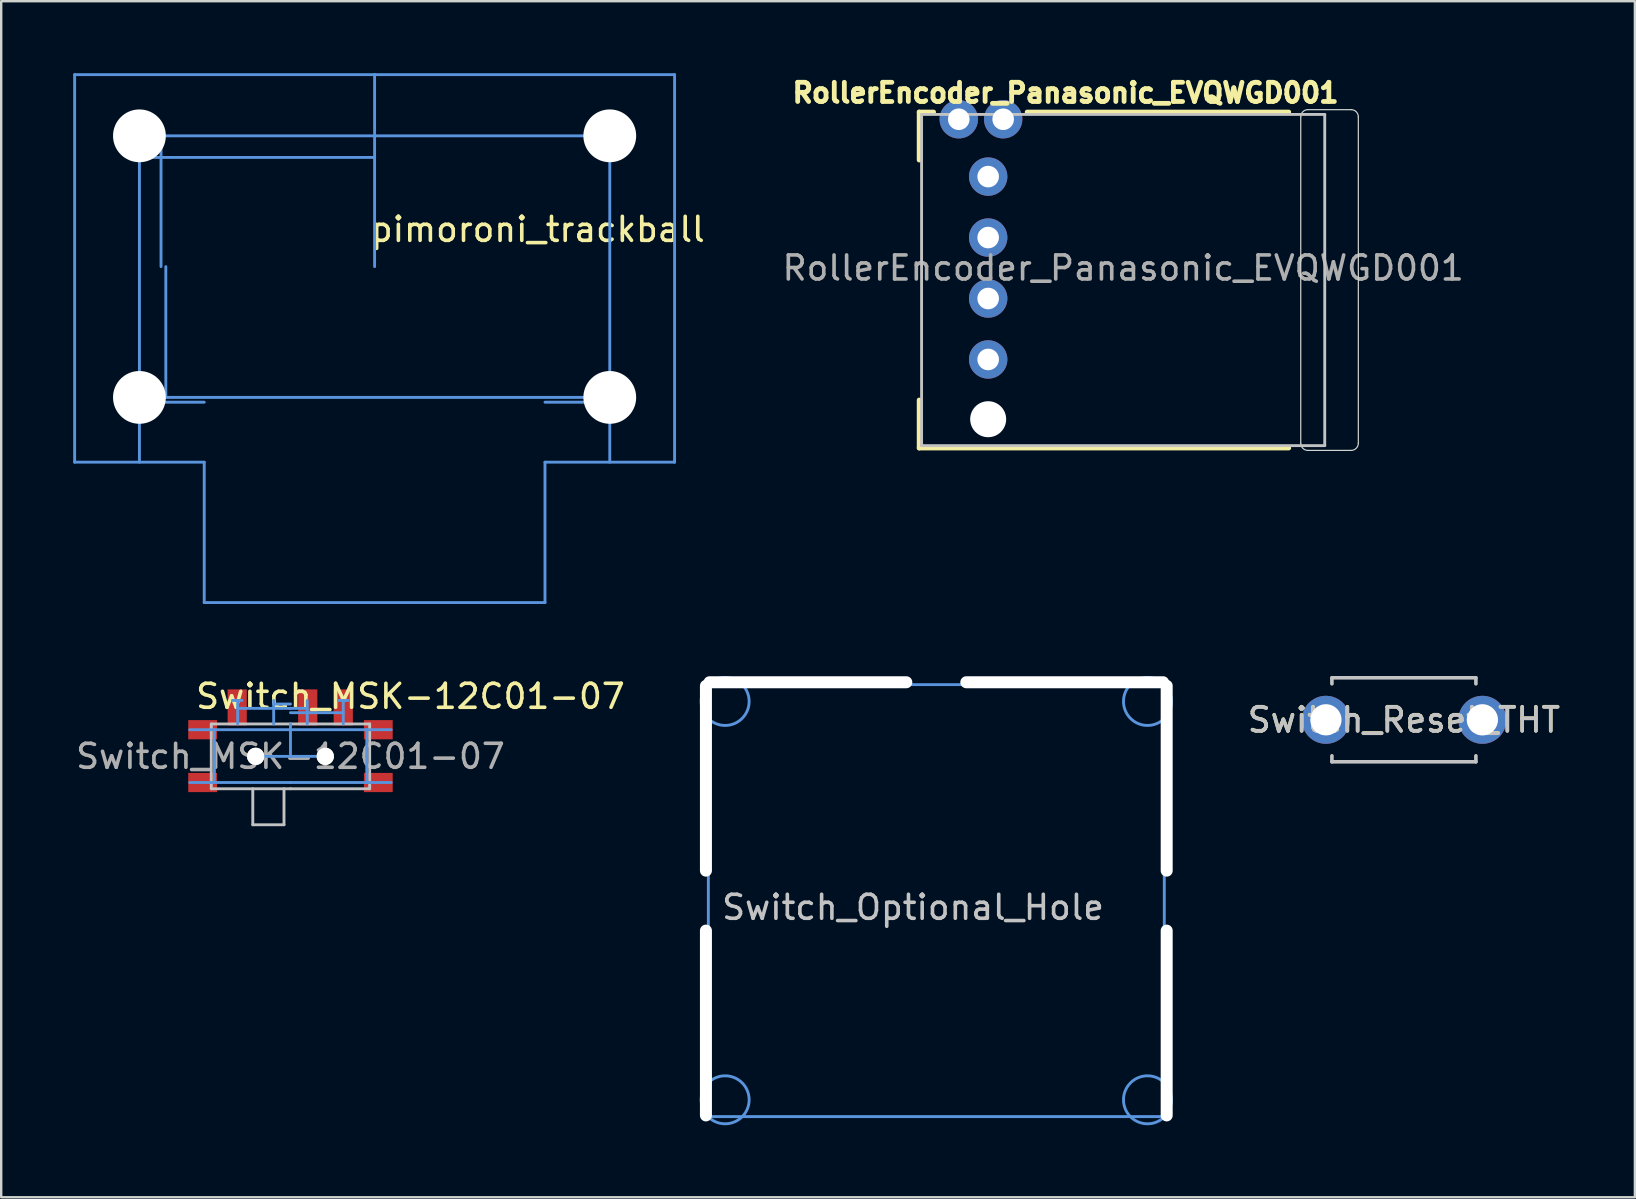
<source format=kicad_pcb>
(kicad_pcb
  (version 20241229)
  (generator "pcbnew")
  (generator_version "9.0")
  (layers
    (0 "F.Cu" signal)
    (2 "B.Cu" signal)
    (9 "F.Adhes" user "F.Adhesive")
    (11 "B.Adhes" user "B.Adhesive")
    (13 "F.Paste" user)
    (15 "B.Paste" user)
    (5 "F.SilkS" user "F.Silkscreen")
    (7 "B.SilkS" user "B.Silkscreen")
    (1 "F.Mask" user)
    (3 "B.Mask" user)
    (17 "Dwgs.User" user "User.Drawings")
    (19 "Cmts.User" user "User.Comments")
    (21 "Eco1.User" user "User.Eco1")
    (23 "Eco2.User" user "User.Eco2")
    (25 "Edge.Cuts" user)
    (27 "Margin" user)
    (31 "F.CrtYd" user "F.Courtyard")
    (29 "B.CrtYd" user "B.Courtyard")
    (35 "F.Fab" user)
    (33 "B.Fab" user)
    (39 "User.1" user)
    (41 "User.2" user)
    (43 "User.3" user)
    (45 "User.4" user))
  (footprint "RollerEncoder_Panasonic_EVQWGD001"
    (layer "F.Cu")
    (at 43.753 8.119)
    (property "Reference" "RollerEncoder_Panasonic_EVQWGD001" (at 0 0 0) (layer "F.Fab") (effects (font (size 1 1) (thickness 0.15))))
    (attr through_hole)
    (fp_line (start -8.5 -6.5) (end -8.5 -4.5) (stroke (width 0.2) (type solid)) (layer "F.SilkS"))
    (fp_line (start -8.5 5.5) (end -8.5 7.5) (stroke (width 0.2) (type solid)) (layer "F.SilkS"))
    (fp_line (start -8.5 7.5) (end 6.9 7.5) (stroke (width 0.2) (type solid)) (layer "F.SilkS"))
    (fp_line (start -7.9 -6.5) (end -8.5 -6.5) (stroke (width 0.2) (type solid)) (layer "F.SilkS"))
    (fp_line (start 6.9 -6.5) (end -4 -6.5) (stroke (width 0.2) (type solid)) (layer "F.SilkS"))
    (fp_line (start -8.4 -6.4) (end 8.4 -6.4) (stroke (width 0.12) (type solid)) (layer "Dwgs.User"))
    (fp_line (start -8.4 7.4) (end -8.4 -6.4) (stroke (width 0.12) (type solid)) (layer "Dwgs.User"))
    (fp_line (start 8.4 -6.4) (end 8.4 7.4) (stroke (width 0.12) (type solid)) (layer "Dwgs.User"))
    (fp_line (start 8.4 7.4) (end -8.4 7.4) (stroke (width 0.12) (type solid)) (layer "Dwgs.User"))
    (fp_line (start 7.4 -6.3) (end 7.4 7.3) (stroke (width 0.05) (type solid)) (layer "Edge.Cuts"))
    (fp_line (start 7.7 7.6) (end 9.5 7.6) (stroke (width 0.05) (type solid)) (layer "Edge.Cuts"))
    (fp_line (start 9.5 -6.6) (end 7.7 -6.6) (stroke (width 0.05) (type solid)) (layer "Edge.Cuts"))
    (fp_line (start 9.8 7.3) (end 9.8 -6.3) (stroke (width 0.05) (type solid)) (layer "Edge.Cuts"))
    (fp_arc (start 7.4 -6.3) (mid 7.487868 -6.512132) (end 7.7 -6.6) (stroke (width 0.05) (type solid)) (layer "Edge.Cuts"))
    (fp_arc (start 7.7 7.6) (mid 7.487868 7.512132) (end 7.4 7.3) (stroke (width 0.05) (type solid)) (layer "Edge.Cuts"))
    (fp_arc (start 9.5 -6.6) (mid 9.712132 -6.512132) (end 9.8 -6.3) (stroke (width 0.05) (type solid)) (layer "Edge.Cuts"))
    (fp_arc (start 9.8 7.3) (mid 9.712132 7.512132) (end 9.5 7.6) (stroke (width 0.05) (type solid)) (layer "Edge.Cuts"))
    (fp_text user "${REFERENCE}" (at -2.4 -7.3 0) (layer "F.SilkS") (effects (font (size 0.8 0.8) (thickness 0.2))))
    (pad "" np_thru_hole circle (at -5.625 6.3) (size 1.5 1.5) (drill 1.5) (layers "*.Cu" "*.Mask"))
    (pad "A" thru_hole circle (at -5.625 -3.81) (size 1.6 1.6) (drill 0.9) (layers "*.Cu" "*.Mask"))
    (pad "B" thru_hole circle (at -5.625 -1.27) (size 1.6 1.6) (drill 0.9) (layers "*.Cu" "*.Mask"))
    (pad "C" thru_hole circle (at -5.625 1.27) (size 1.6 1.6) (drill 0.9) (layers "*.Cu" "*.Mask"))
    (pad "D" thru_hole circle (at -5.625 3.81) (size 1.6 1.6) (drill 0.9) (layers "*.Cu" "*.Mask"))
    (pad "S1" thru_hole circle (at -6.85 -6.2) (size 1.6 1.6) (drill 0.9) (layers "*.Cu" "*.Mask"))
    (pad "S2" thru_hole circle (at -5 -6.2) (size 1.6 1.6) (drill 0.9) (layers "*.Cu" "*.Mask")))
  (footprint "pimoroni_trackball"
    (layer "F.Cu")
    (at 12.56 8.06)
    (property "Reference" "pimoroni_trackball" (at 6.8 -1.55 0) (layer "F.SilkS") (effects (font (size 1 1) (thickness 0.15))))
    (attr through_hole)
    (fp_line (start -12.5 -8) (end -12.5 8.15) (stroke (width 0.12) (type solid)) (layer "Cmts.User"))
    (fp_line (start -12.5 -8) (end 0 -8) (stroke (width 0.12) (type solid)) (layer "Cmts.User"))
    (fp_line (start -12.5 8.15) (end -7.1 8.15) (stroke (width 0.12) (type solid)) (layer "Cmts.User"))
    (fp_line (start -9.8 -5.45) (end 9.8 -5.45) (stroke (width 0.12) (type solid)) (layer "Cmts.User"))
    (fp_line (start -9.8 -4.55) (end 0 -4.55) (stroke (width 0.12) (type solid)) (layer "Cmts.User"))
    (fp_line (start -9.8 5.45) (end -9.8 -5.45) (stroke (width 0.12) (type solid)) (layer "Cmts.User"))
    (fp_line (start -9.8 5.45) (end -9.8 8.15) (stroke (width 0.12) (type solid)) (layer "Cmts.User"))
    (fp_line (start -8.9 -5.45) (end -8.9 0) (stroke (width 0.12) (type solid)) (layer "Cmts.User"))
    (fp_line (start -8.7 0) (end -8.7 5.45) (stroke (width 0.12) (type solid)) (layer "Cmts.User"))
    (fp_line (start -7.1 5.65) (end -9.8 5.65) (stroke (width 0.12) (type solid)) (layer "Cmts.User"))
    (fp_line (start -7.1 8.15) (end -7.1 14) (stroke (width 0.12) (type solid)) (layer "Cmts.User"))
    (fp_line (start 0 -8) (end 12.5 -8) (stroke (width 0.12) (type solid)) (layer "Cmts.User"))
    (fp_line (start 0 0) (end 0 -8) (stroke (width 0.12) (type solid)) (layer "Cmts.User"))
    (fp_line (start 7.1 8.15) (end 7.1 14) (stroke (width 0.12) (type solid)) (layer "Cmts.User"))
    (fp_line (start 7.1 8.15) (end 12.5 8.15) (stroke (width 0.12) (type solid)) (layer "Cmts.User"))
    (fp_line (start 7.1 14) (end -7.1 14) (stroke (width 0.12) (type solid)) (layer "Cmts.User"))
    (fp_line (start 9.8 -5.45) (end 9.8 5.45) (stroke (width 0.12) (type solid)) (layer "Cmts.User"))
    (fp_line (start 9.8 5.45) (end -9.8 5.45) (stroke (width 0.12) (type solid)) (layer "Cmts.User"))
    (fp_line (start 9.8 5.45) (end 9.8 8.15) (stroke (width 0.12) (type solid)) (layer "Cmts.User"))
    (fp_line (start 9.8 5.65) (end 7.1 5.65) (stroke (width 0.12) (type solid)) (layer "Cmts.User"))
    (fp_line (start 12.5 -8) (end 12.5 8.15) (stroke (width 0.12) (type solid)) (layer "Cmts.User"))
    (pad "" np_thru_hole circle (at -9.8 -5.45) (size 2.2 2.2) (drill 2.2) (layers "*.Cu" "*.Mask"))
    (pad "" np_thru_hole circle (at -9.8 5.45) (size 2.2 2.2) (drill 2.2) (layers "*.Cu" "*.Mask"))
    (pad "" np_thru_hole circle (at 9.8 -5.45) (size 2.2 2.2) (drill 2.2) (layers "*.Cu" "*.Mask"))
    (pad "" np_thru_hole circle (at 9.8 5.45) (size 2.2 2.2) (drill 2.2) (layers "*.Cu" "*.Mask")))
  (footprint "Switch_Optional_Hole"
    (layer "F.Cu")
    (at 35.967 34.48)
    (property "Reference" "Switch_Optional_Hole" (at -0.97 0.28 180) (layer "Dwgs.User") (effects (font (size 1 1) (thickness 0.15))))
    (attr through_hole)
    (fp_line (start -9.5 9) (end -9.5 -9) (stroke (width 0.12) (type solid)) (layer "Cmts.User"))
    (fp_line (start 9.5 -9) (end -9.5 -9) (stroke (width 0.12) (type solid)) (layer "Cmts.User"))
    (fp_line (start 9.5 9) (end -9.5 9) (stroke (width 0.12) (type solid)) (layer "Cmts.User"))
    (fp_line (start 9.5 9) (end 9.5 -9) (stroke (width 0.12) (type solid)) (layer "Cmts.User"))
    (fp_circle (center -8.8 -8.3) (end -9.8 -8.3) (stroke (width 0.12) (type solid)) (fill no) (layer "Cmts.User"))
    (fp_circle (center -8.8 8.3) (end -9.8 8.3) (stroke (width 0.12) (type solid)) (fill no) (layer "Cmts.User"))
    (fp_circle (center 8.8 -8.3) (end 7.8 -8.3) (stroke (width 0.12) (type solid)) (fill no) (layer "Cmts.User"))
    (fp_circle (center 8.8 8.3) (end 7.8 8.3) (stroke (width 0.12) (type solid)) (fill no) (layer "Cmts.User"))
    (pad "" np_thru_hole oval (at -9.6 -5.1 180) (size 0.5 8.2) (drill oval 0.5 8.2) (layers "*.Cu" "*.Mask"))
    (pad "" np_thru_hole oval (at -9.6 5.1) (size 0.5 8.2) (drill oval 0.5 8.2) (layers "*.Cu" "*.Mask"))
    (pad "" np_thru_hole oval (at -5.35 -9.1 90) (size 0.5 8.7) (drill oval 0.5 8.7) (layers "*.Cu" "*.Mask"))
    (pad "" np_thru_hole oval (at 5.35 -9.1 90) (size 0.5 8.7) (drill oval 0.5 8.7) (layers "*.Cu" "*.Mask"))
    (pad "" np_thru_hole oval (at 9.6 -5.1) (size 0.5 8.2) (drill oval 0.5 8.2) (layers "*.Cu" "*.Mask"))
    (pad "" np_thru_hole oval (at 9.6 5.1) (size 0.5 8.2) (drill oval 0.5 8.2) (layers "*.Cu" "*.Mask")))
  (footprint "Switch_MSK-12C01-07"
    (layer "F.Cu")
    (at 9.054 28.468)
    (property "Reference" "Switch_MSK-12C01-07" (at 5 -2.5 180) (layer "F.SilkS") (effects (font (size 1 1) (thickness 0.15))))
    (attr through_hole)
    (fp_line (start -3.3 -1.35) (end -3.3 1.35) (stroke (width 0.12) (type solid)) (layer "Dwgs.User"))
    (fp_line (start -3.3 -1.35) (end 0 -1.35) (stroke (width 0.12) (type solid)) (layer "Dwgs.User"))
    (fp_line (start -3.3 1.35) (end 0 1.35) (stroke (width 0.12) (type solid)) (layer "Dwgs.User"))
    (fp_line (start -1.57 1.35) (end -1.57 2.85) (stroke (width 0.12) (type solid)) (layer "Dwgs.User"))
    (fp_line (start -1.57 2.85) (end -0.27 2.85) (stroke (width 0.12) (type solid)) (layer "Dwgs.User"))
    (fp_line (start -0.27 1.35) (end -0.27 2.85) (stroke (width 0.12) (type solid)) (layer "Dwgs.User"))
    (fp_line (start 0 -1.35) (end 3.3 -1.35) (stroke (width 0.12) (type solid)) (layer "Dwgs.User"))
    (fp_line (start 0 1.35) (end 3.3 1.35) (stroke (width 0.12) (type solid)) (layer "Dwgs.User"))
    (fp_line (start 3.3 -1.35) (end 3.3 1.35) (stroke (width 0.12) (type solid)) (layer "Dwgs.User"))
    (fp_line (start -4.2 -1.11) (end 0 -1.11) (stroke (width 0.12) (type solid)) (layer "Cmts.User"))
    (fp_line (start -4.2 1.09) (end 0 1.09) (stroke (width 0.12) (type solid)) (layer "Cmts.User"))
    (fp_line (start -3.17 -1.11) (end -3.17 -0.01) (stroke (width 0.12) (type solid)) (layer "Cmts.User"))
    (fp_line (start -3.17 -0.01) (end -3.17 1.09) (stroke (width 0.12) (type solid)) (layer "Cmts.User"))
    (fp_line (start -2.42 -2.33) (end -2.02 -2.33) (stroke (width 0.12) (type solid)) (layer "Cmts.User"))
    (fp_line (start -2.2 -2.33) (end -2.2 -1.35) (stroke (width 0.12) (type solid)) (layer "Cmts.User"))
    (fp_line (start -1.45 0) (end 0 0) (stroke (width 0.12) (type solid)) (layer "Cmts.User"))
    (fp_line (start -0.7 -2.18) (end 0 -2.18) (stroke (width 0.12) (type solid)) (layer "Cmts.User"))
    (fp_line (start -0.7 -1.35) (end -0.7 -2.33) (stroke (width 0.12) (type solid)) (layer "Cmts.User"))
    (fp_line (start 0 -2) (end -2.2 -2) (stroke (width 0.12) (type solid)) (layer "Cmts.User"))
    (fp_line (start 0 -2) (end 0.7 -2) (stroke (width 0.12) (type solid)) (layer "Cmts.User"))
    (fp_line (start 0 -1.35) (end 0 0) (stroke (width 0.12) (type solid)) (layer "Cmts.User"))
    (fp_line (start 0 -1.11) (end 4.2 -1.11) (stroke (width 0.12) (type solid)) (layer "Cmts.User"))
    (fp_line (start 0 0) (end 1.45 0) (stroke (width 0.12) (type solid)) (layer "Cmts.User"))
    (fp_line (start 0 1.09) (end 4.2 1.09) (stroke (width 0.12) (type solid)) (layer "Cmts.User"))
    (fp_line (start 0.7 -2.33) (end 0.7 -1.35) (stroke (width 0.12) (type solid)) (layer "Cmts.User"))
    (fp_line (start 2 -2.33) (end 2.4 -2.33) (stroke (width 0.12) (type solid)) (layer "Cmts.User"))
    (fp_line (start 2.2 -2.33) (end 2.2 -1.35) (stroke (width 0.12) (type solid)) (layer "Cmts.User"))
    (fp_line (start 2.2 -1.82) (end 0 -1.82) (stroke (width 0.12) (type solid)) (layer "Cmts.User"))
    (fp_line (start 3.18 -1.11) (end 3.18 -0.01) (stroke (width 0.12) (type solid)) (layer "Cmts.User"))
    (fp_line (start 3.18 -0.01) (end 3.18 1.09) (stroke (width 0.12) (type solid)) (layer "Cmts.User"))
    (fp_text user "${REFERENCE}" (at 0 0 0) (layer "F.Fab") (effects (font (size 1 1) (thickness 0.15))))
    (pad "" np_thru_hole circle (at -1.45 0) (size 0.72 0.72) (drill 0.72) (layers "*.Cu" "*.Mask" "F.SilkS"))
    (pad "" np_thru_hole circle (at 1.45 0) (size 0.72 0.72) (drill 0.72) (layers "*.Cu" "*.Mask" "F.SilkS"))
    (pad "1" smd rect (at -2.22 -2.04) (size 0.8 1.5) (layers "F.Cu" "F.Mask" "F.Paste"))
    (pad "2" smd rect (at 0.72 -2.04) (size 0.8 1.5) (layers "F.Cu" "F.Mask" "F.Paste"))
    (pad "3" smd rect (at 2.2 -2.04) (size 0.8 1.5) (layers "F.Cu" "F.Mask" "F.Paste"))
    (pad "4" smd rect (at -3.66 -1.11) (size 1.2 0.8) (layers "F.Cu" "F.Mask" "F.Paste"))
    (pad "4" smd rect (at -3.66 1.09) (size 1.2 0.8) (layers "F.Cu" "F.Mask" "F.Paste"))
    (pad "4" smd rect (at 3.66 -1.11) (size 1.2 0.8) (layers "F.Cu" "F.Mask" "F.Paste"))
    (pad "4" smd rect (at 3.66 1.09) (size 1.2 0.8) (layers "F.Cu" "F.Mask" "F.Paste")))
  (footprint "Switch_Reset_THT"
    (layer "F.Cu")
    (at 55.452 26.945)
    (property "Reference" "Switch_Reset_THT" (at 0 0.01 0) (layer "Dwgs.User") (effects (font (size 1 1) (thickness 0.15))))
    (attr through_hole)
    (fp_line (start -3 -1.75) (end -3 -1.5) (stroke (width 0.15) (type solid)) (layer "Dwgs.User"))
    (fp_line (start -3 -1.75) (end 3 -1.75) (stroke (width 0.15) (type solid)) (layer "Dwgs.User"))
    (fp_line (start -3 1.75) (end -3 1.5) (stroke (width 0.15) (type solid)) (layer "Dwgs.User"))
    (fp_line (start -3 1.75) (end 3 1.75) (stroke (width 0.15) (type solid)) (layer "Dwgs.User"))
    (fp_line (start 3 -1.75) (end 3 -1.5) (stroke (width 0.15) (type solid)) (layer "Dwgs.User"))
    (fp_line (start 3 1.75) (end 3 1.5) (stroke (width 0.15) (type solid)) (layer "Dwgs.User"))
    (fp_text user "${REFERENCE}" (at 0 0 0) (layer "F.SilkS") (effects (font (size 1 1) (thickness 0.15))))
    (pad "1" thru_hole circle (at 3.27 0) (size 2 2) (drill 1.3) (layers "*.Cu" "*.Mask"))
    (pad "2" thru_hole circle (at -3.25 0) (size 2 2) (drill 1.3) (layers "*.Cu" "*.Mask")))
  (gr_rect
    (start -3 -3)
    (end 65.077 46.84)
    (stroke (width 0.1) (type default))
    (fill no)
    (layer "Edge.Cuts")))
</source>
